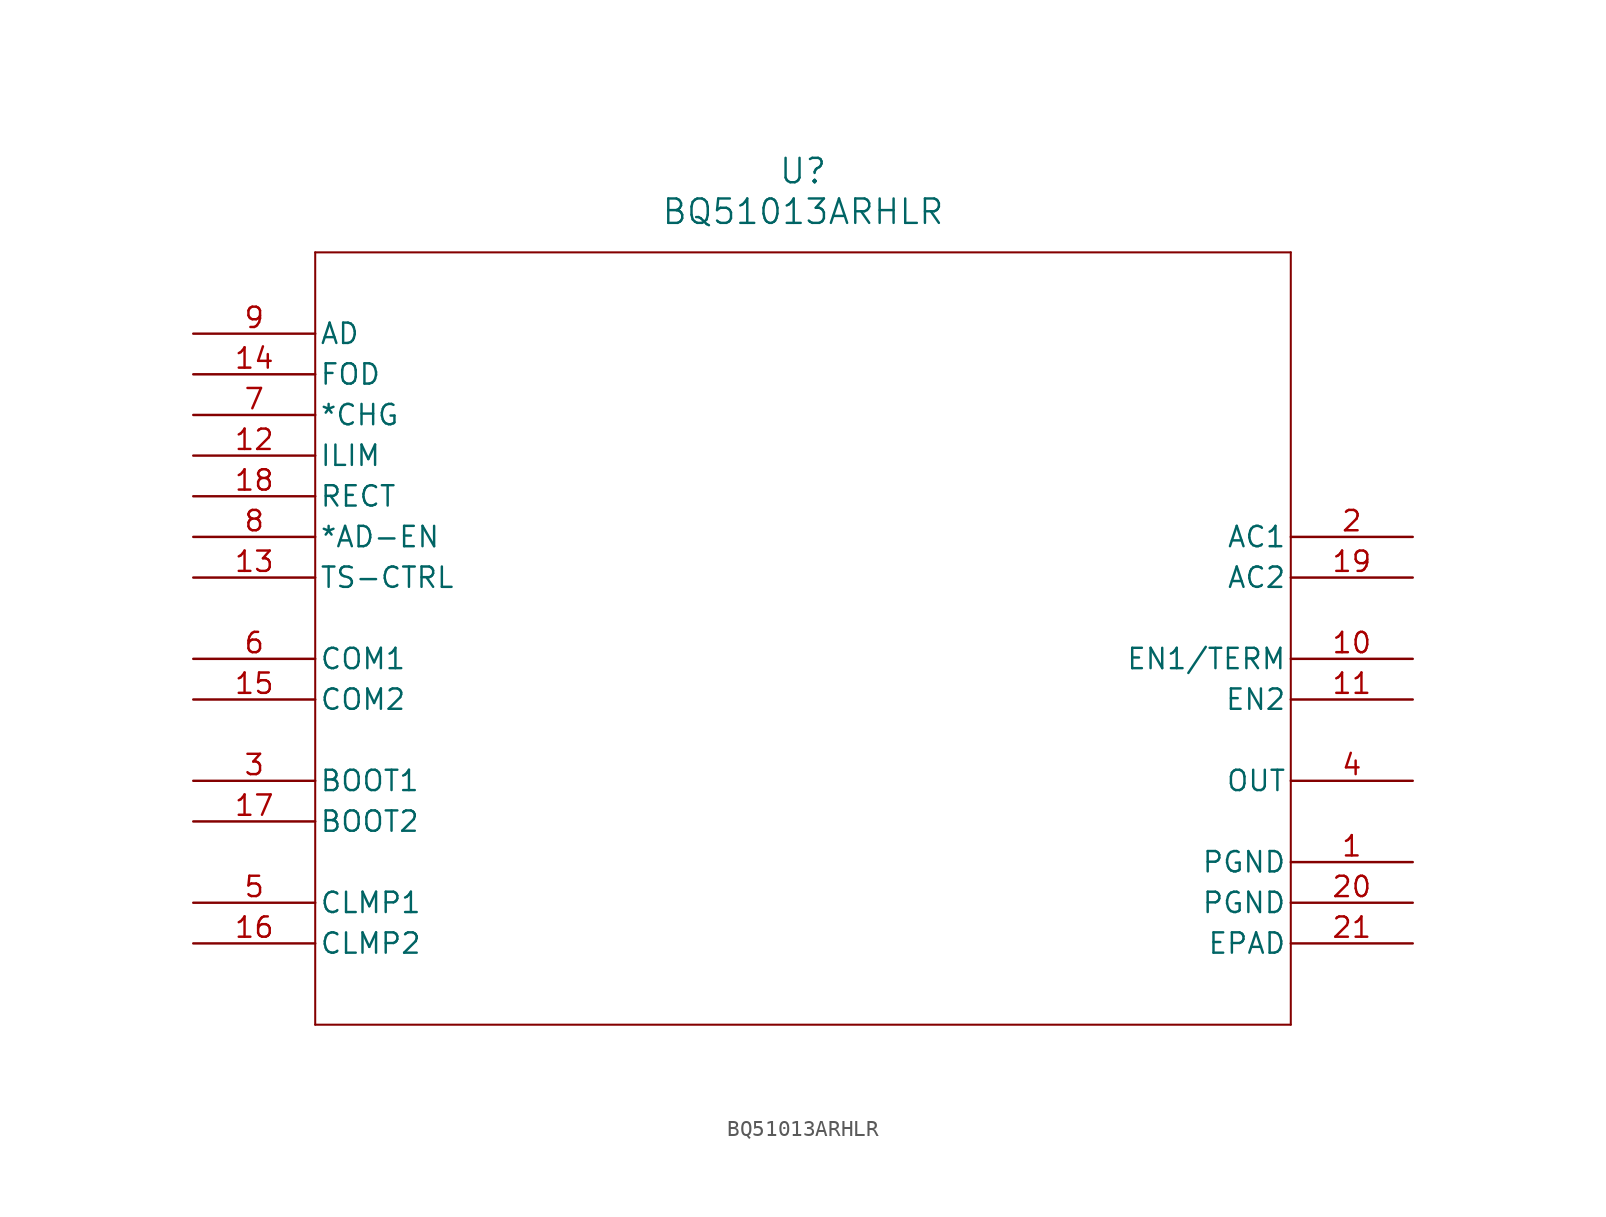
<source format=kicad_sym>
(kicad_symbol_lib
  (version 20211014)
  (generator kicad_symbol_editor)
  (symbol "BQ51013ARHLR"
    (pin_names
      (offset 0.254))
    (property "Reference" "U"
      (at 38.1 10.16 0)
      (effects (font (size 1.524 1.524))))
    (property "Value" "BQ51013ARHLR"
      (at 38.1 7.62 0)
      (effects (font (size 1.524 1.524))))
    (symbol "BQ51013ARHLR_0_1"
      (polyline (pts (xy 7.62 5.08) (xy 7.62 -43.18)) (stroke (width 0.127) (type default) (color 0 0 0 0)) (fill (type none)))
      (polyline (pts (xy 7.62 -43.18) (xy 68.58 -43.18)) (stroke (width 0.127) (type default) (color 0 0 0 0)) (fill (type none)))
      (polyline (pts (xy 68.58 -43.18) (xy 68.58 5.08)) (stroke (width 0.127) (type default) (color 0 0 0 0)) (fill (type none)))
      (polyline (pts (xy 68.58 5.08) (xy 7.62 5.08)) (stroke (width 0.127) (type default) (color 0 0 0 0)) (fill (type none)))
      (pin power_in line (at 76.2 -33.02 180) (length 7.62) (name "PGND" (effects (font (size 1.27 1.27)))) (number "1" (effects (font (size 1.27 1.27)))))
      (pin input line (at 76.2 -12.7 180) (length 7.62) (name "AC1" (effects (font (size 1.27 1.27)))) (number "2" (effects (font (size 1.27 1.27)))))
      (pin output line (at 0 -27.94 0) (length 7.62) (name "BOOT1" (effects (font (size 1.27 1.27)))) (number "3" (effects (font (size 1.27 1.27)))))
      (pin output line (at 76.2 -27.94 180) (length 7.62) (name "OUT" (effects (font (size 1.27 1.27)))) (number "4" (effects (font (size 1.27 1.27)))))
      (pin output line (at 0 -35.56 0) (length 7.62) (name "CLMP1" (effects (font (size 1.27 1.27)))) (number "5" (effects (font (size 1.27 1.27)))))
      (pin output line (at 0 -20.32 0) (length 7.62) (name "COM1" (effects (font (size 1.27 1.27)))) (number "6" (effects (font (size 1.27 1.27)))))
      (pin output line (at 0 -5.08 0) (length 7.62) (name "*CHG" (effects (font (size 1.27 1.27)))) (number "7" (effects (font (size 1.27 1.27)))))
      (pin output line (at 0 -12.7 0) (length 7.62) (name "*AD-EN" (effects (font (size 1.27 1.27)))) (number "8" (effects (font (size 1.27 1.27)))))
      (pin input line (at 0 0 0) (length 7.62) (name "AD" (effects (font (size 1.27 1.27)))) (number "9" (effects (font (size 1.27 1.27)))))
      (pin input line (at 76.2 -20.32 180) (length 7.62) (name "EN1/TERM" (effects (font (size 1.27 1.27)))) (number "10" (effects (font (size 1.27 1.27)))))
      (pin input line (at 76.2 -22.86 180) (length 7.62) (name "EN2" (effects (font (size 1.27 1.27)))) (number "11" (effects (font (size 1.27 1.27)))))
      (pin bidirectional line (at 0 -7.62 0) (length 7.62) (name "ILIM" (effects (font (size 1.27 1.27)))) (number "12" (effects (font (size 1.27 1.27)))))
      (pin input line (at 0 -15.24 0) (length 7.62) (name "TS-CTRL" (effects (font (size 1.27 1.27)))) (number "13" (effects (font (size 1.27 1.27)))))
      (pin output line (at 0 -2.54 0) (length 7.62) (name "FOD" (effects (font (size 1.27 1.27)))) (number "14" (effects (font (size 1.27 1.27)))))
      (pin output line (at 0 -22.86 0) (length 7.62) (name "COM2" (effects (font (size 1.27 1.27)))) (number "15" (effects (font (size 1.27 1.27)))))
      (pin output line (at 0 -38.1 0) (length 7.62) (name "CLMP2" (effects (font (size 1.27 1.27)))) (number "16" (effects (font (size 1.27 1.27)))))
      (pin output line (at 0 -30.48 0) (length 7.62) (name "BOOT2" (effects (font (size 1.27 1.27)))) (number "17" (effects (font (size 1.27 1.27)))))
      (pin output line (at 0 -10.16 0) (length 7.62) (name "RECT" (effects (font (size 1.27 1.27)))) (number "18" (effects (font (size 1.27 1.27)))))
      (pin input line (at 76.2 -15.24 180) (length 7.62) (name "AC2" (effects (font (size 1.27 1.27)))) (number "19" (effects (font (size 1.27 1.27)))))
      (pin power_in line (at 76.2 -35.56 180) (length 7.62) (name "PGND" (effects (font (size 1.27 1.27)))) (number "20" (effects (font (size 1.27 1.27)))))
      (pin unspecified line (at 76.2 -38.1 180) (length 7.62) (name "EPAD" (effects (font (size 1.27 1.27)))) (number "21" (effects (font (size 1.27 1.27))))))))
</source>
